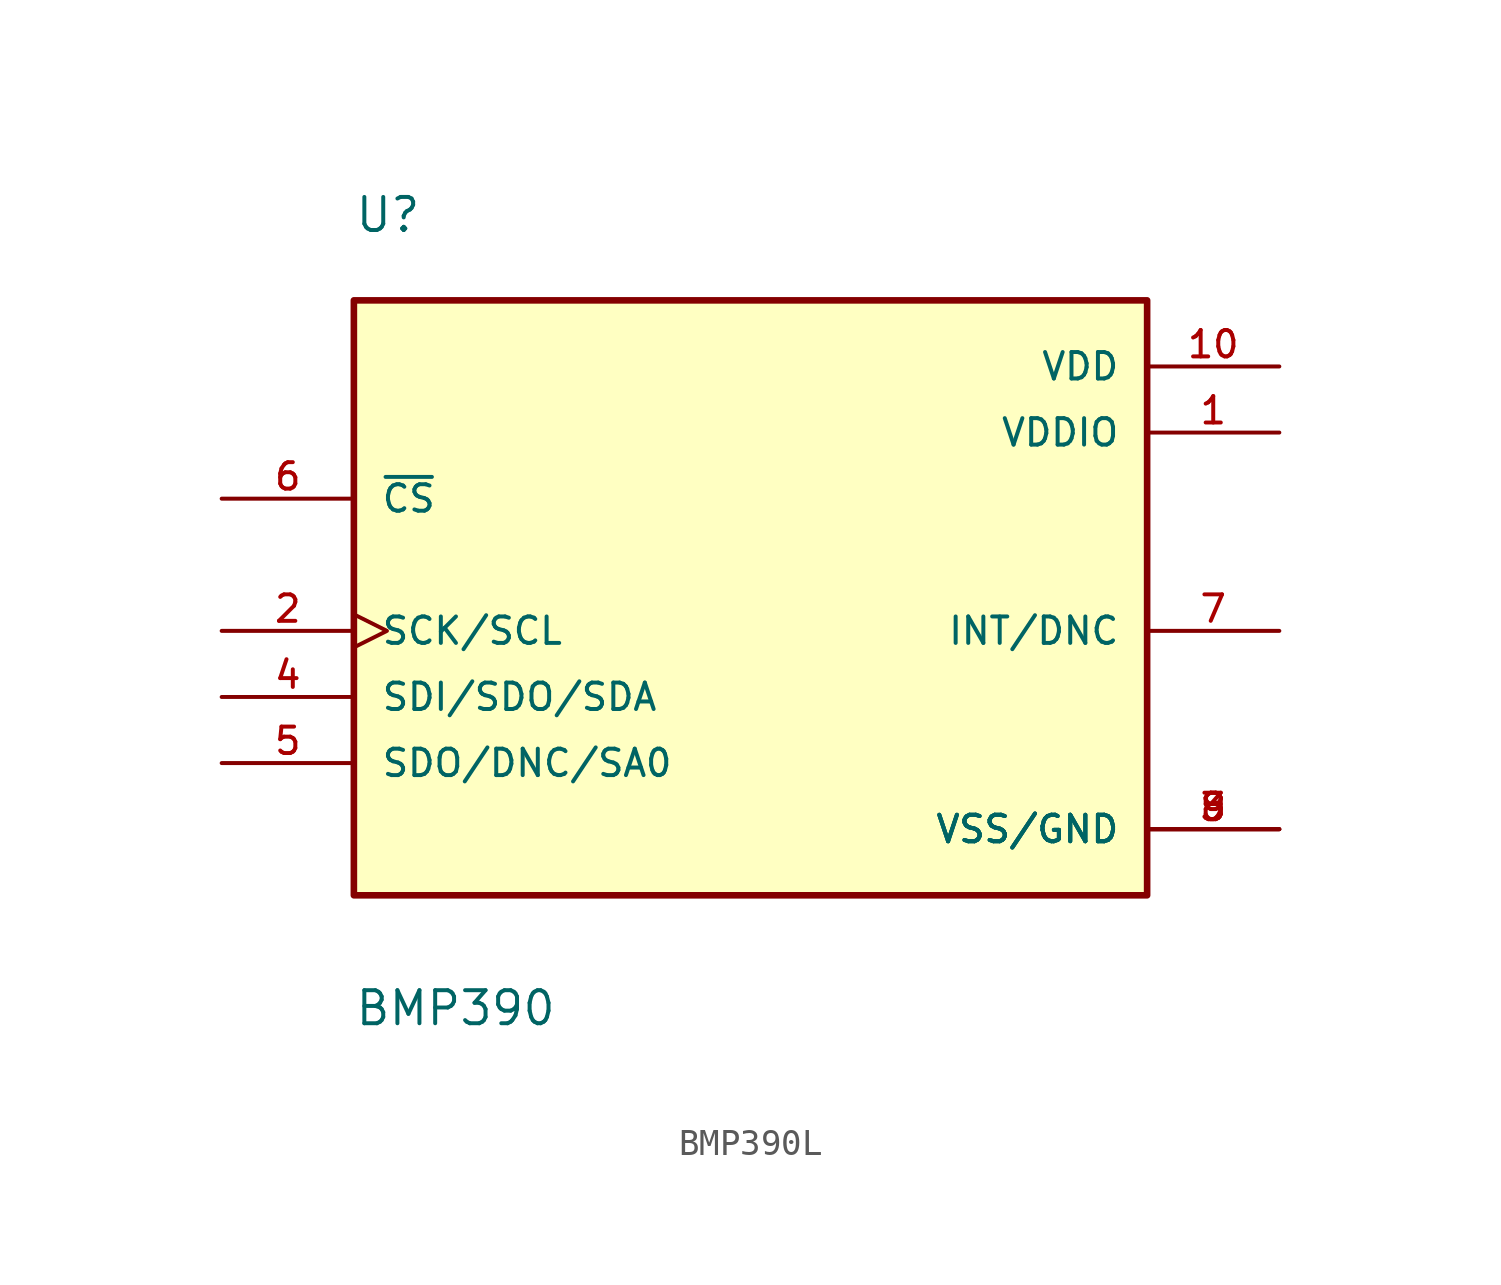
<source format=kicad_sym>
(kicad_symbol_lib
  (version 20241209)
  (generator "kicad_symbol_editor")
  (generator_version "9.0")
  (symbol "BMP390L"
    (pin_names
      (offset 1.016))
    (property "Reference" "U"
      (at -15.24 15.24 0)
      (effects (font (size 1.27 1.27)) (justify left bottom)))
    (property "Value" "BMP390"
      (at -15.24 -15.24 0)
      (effects (font (size 1.27 1.27)) (justify left bottom)))
    (symbol "BMP390L_0_0"
      (rectangle (start -15.24 12.7) (end 15.24 -10.16) (stroke (width 0.254) (type default)) (fill (type background)))
      (pin input line (at -20.32 5.08 0) (length 5.08) (name "~{CS}" (effects (font (size 1.016 1.016)))) (number "6" (effects (font (size 1.016 1.016)))))
      (pin input clock (at -20.32 0 0) (length 5.08) (name "SCK/SCL" (effects (font (size 1.016 1.016)))) (number "2" (effects (font (size 1.016 1.016)))))
      (pin bidirectional line (at -20.32 -2.54 0) (length 5.08) (name "SDI/SDO/SDA" (effects (font (size 1.016 1.016)))) (number "4" (effects (font (size 1.016 1.016)))))
      (pin bidirectional line (at -20.32 -5.08 0) (length 5.08) (name "SDO/DNC/SA0" (effects (font (size 1.016 1.016)))) (number "5" (effects (font (size 1.016 1.016)))))
      (pin power_in line (at 20.32 10.16 180) (length 5.08) (name "VDD" (effects (font (size 1.016 1.016)))) (number "10" (effects (font (size 1.016 1.016)))))
      (pin power_in line (at 20.32 7.62 180) (length 5.08) (name "VDDIO" (effects (font (size 1.016 1.016)))) (number "1" (effects (font (size 1.016 1.016)))))
      (pin output line (at 20.32 0 180) (length 5.08) (name "INT/DNC" (effects (font (size 1.016 1.016)))) (number "7" (effects (font (size 1.016 1.016)))))
      (pin power_in line (at 20.32 -7.62 180) (length 5.08) (name "VSS/GND" (effects (font (size 1.016 1.016)))) (number "3" (effects (font (size 1.016 1.016)))))
      (pin power_in line (at 20.32 -7.62 180) (length 5.08) (name "VSS/GND" (effects (font (size 1.016 1.016)))) (number "8" (effects (font (size 1.016 1.016)))))
      (pin power_in line (at 20.32 -7.62 180) (length 5.08) (name "VSS/GND" (effects (font (size 1.016 1.016)))) (number "9" (effects (font (size 1.016 1.016))))))))
</source>
